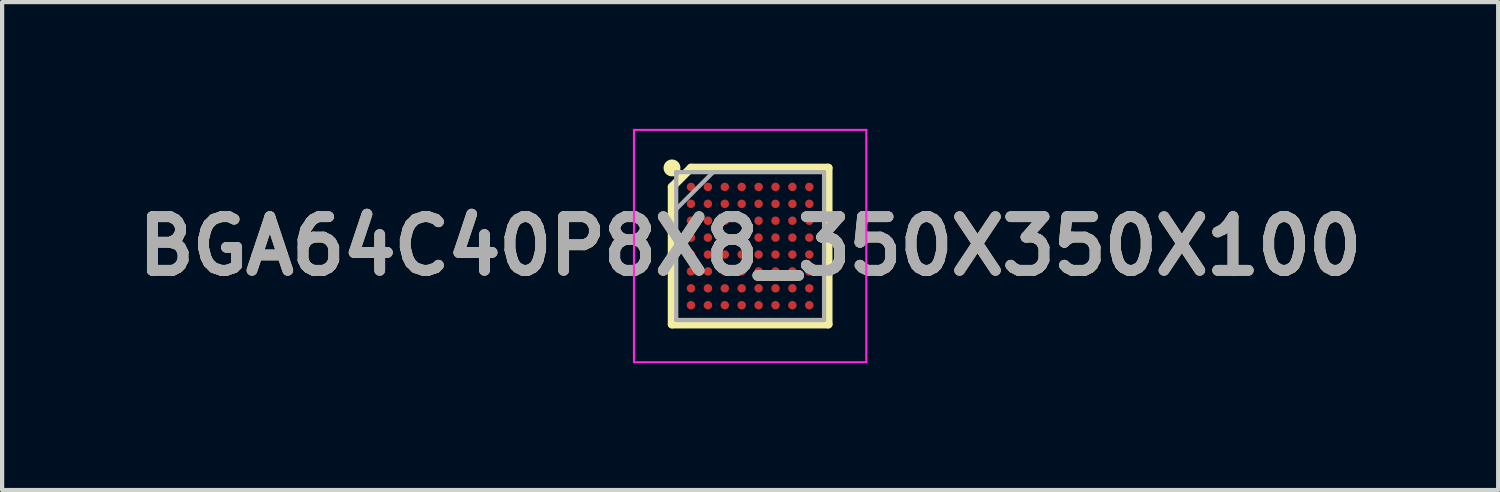
<source format=kicad_pcb>
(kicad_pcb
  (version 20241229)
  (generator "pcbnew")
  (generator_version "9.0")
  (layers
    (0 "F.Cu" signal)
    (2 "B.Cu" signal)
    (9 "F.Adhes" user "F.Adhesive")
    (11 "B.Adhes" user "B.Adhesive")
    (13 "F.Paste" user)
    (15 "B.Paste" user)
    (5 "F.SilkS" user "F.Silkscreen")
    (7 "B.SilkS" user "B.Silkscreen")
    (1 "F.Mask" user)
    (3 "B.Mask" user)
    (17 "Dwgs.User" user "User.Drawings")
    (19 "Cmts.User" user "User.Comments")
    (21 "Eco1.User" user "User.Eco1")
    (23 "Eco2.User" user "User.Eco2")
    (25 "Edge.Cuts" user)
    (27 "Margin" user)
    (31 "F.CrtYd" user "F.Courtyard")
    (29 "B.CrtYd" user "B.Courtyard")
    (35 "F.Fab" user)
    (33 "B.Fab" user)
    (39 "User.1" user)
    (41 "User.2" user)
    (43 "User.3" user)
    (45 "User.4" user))
  (footprint "BGA64C40P8X8_350X350X100"
    (layer "F.Cu")
    (at 14.708 2.775)
    (property "Reference" "BGA64C40P8X8_350X350X100" (at 0 0 0) (layer "F.SilkS") (effects (font (size 1.27 1.27) (thickness 0.254))))
    (attr smd)
    (fp_line (start -1.85 -1.4) (end -1.4 -1.85) (stroke (width 0.2) (type solid)) (layer "F.SilkS"))
    (fp_line (start -1.85 1.85) (end -1.85 -1.4) (stroke (width 0.2) (type solid)) (layer "F.SilkS"))
    (fp_line (start -1.4 -1.85) (end 1.85 -1.85) (stroke (width 0.2) (type solid)) (layer "F.SilkS"))
    (fp_line (start 1.85 -1.85) (end 1.85 1.85) (stroke (width 0.2) (type solid)) (layer "F.SilkS"))
    (fp_line (start 1.85 1.85) (end -1.85 1.85) (stroke (width 0.2) (type solid)) (layer "F.SilkS"))
    (fp_circle (center -1.85 -1.85) (end -1.85 -1.75) (stroke (width 0.2) (type solid)) (fill no) (layer "F.SilkS"))
    (fp_line (start -2.75 -2.75) (end 2.75 -2.75) (stroke (width 0.05) (type solid)) (layer "F.CrtYd"))
    (fp_line (start -2.75 2.75) (end -2.75 -2.75) (stroke (width 0.05) (type solid)) (layer "F.CrtYd"))
    (fp_line (start 2.75 -2.75) (end 2.75 2.75) (stroke (width 0.05) (type solid)) (layer "F.CrtYd"))
    (fp_line (start 2.75 2.75) (end -2.75 2.75) (stroke (width 0.05) (type solid)) (layer "F.CrtYd"))
    (fp_line (start -1.75 -1.75) (end 1.75 -1.75) (stroke (width 0.1) (type solid)) (layer "F.Fab"))
    (fp_line (start -1.75 -0.875) (end -0.875 -1.75) (stroke (width 0.1) (type solid)) (layer "F.Fab"))
    (fp_line (start -1.75 1.75) (end -1.75 -1.75) (stroke (width 0.1) (type solid)) (layer "F.Fab"))
    (fp_line (start 1.75 -1.75) (end 1.75 1.75) (stroke (width 0.1) (type solid)) (layer "F.Fab"))
    (fp_line (start 1.75 1.75) (end -1.75 1.75) (stroke (width 0.1) (type solid)) (layer "F.Fab"))
    (fp_text user "${REFERENCE}" (at 0 0 0) (layer "F.Fab") (effects (font (size 1.27 1.27) (thickness 0.254))))
    (pad "A1" smd circle (at -1.4 -1.4 90) (size 0.2 0.2) (layers "F.Cu" "F.Mask" "F.Paste"))
    (pad "A2" smd circle (at -1 -1.4 90) (size 0.2 0.2) (layers "F.Cu" "F.Mask" "F.Paste"))
    (pad "A3" smd circle (at -0.6 -1.4 90) (size 0.2 0.2) (layers "F.Cu" "F.Mask" "F.Paste"))
    (pad "A4" smd circle (at -0.2 -1.4 90) (size 0.2 0.2) (layers "F.Cu" "F.Mask" "F.Paste"))
    (pad "A5" smd circle (at 0.2 -1.4 90) (size 0.2 0.2) (layers "F.Cu" "F.Mask" "F.Paste"))
    (pad "A6" smd circle (at 0.6 -1.4 90) (size 0.2 0.2) (layers "F.Cu" "F.Mask" "F.Paste"))
    (pad "A7" smd circle (at 1 -1.4 90) (size 0.2 0.2) (layers "F.Cu" "F.Mask" "F.Paste"))
    (pad "A8" smd circle (at 1.4 -1.4 90) (size 0.2 0.2) (layers "F.Cu" "F.Mask" "F.Paste"))
    (pad "B1" smd circle (at -1.4 -1 90) (size 0.2 0.2) (layers "F.Cu" "F.Mask" "F.Paste"))
    (pad "B2" smd circle (at -1 -1 90) (size 0.2 0.2) (layers "F.Cu" "F.Mask" "F.Paste"))
    (pad "B3" smd circle (at -0.6 -1 90) (size 0.2 0.2) (layers "F.Cu" "F.Mask" "F.Paste"))
    (pad "B4" smd circle (at -0.2 -1 90) (size 0.2 0.2) (layers "F.Cu" "F.Mask" "F.Paste"))
    (pad "B5" smd circle (at 0.2 -1 90) (size 0.2 0.2) (layers "F.Cu" "F.Mask" "F.Paste"))
    (pad "B6" smd circle (at 0.6 -1 90) (size 0.2 0.2) (layers "F.Cu" "F.Mask" "F.Paste"))
    (pad "B7" smd circle (at 1 -1 90) (size 0.2 0.2) (layers "F.Cu" "F.Mask" "F.Paste"))
    (pad "B8" smd circle (at 1.4 -1 90) (size 0.2 0.2) (layers "F.Cu" "F.Mask" "F.Paste"))
    (pad "C1" smd circle (at -1.4 -0.6 90) (size 0.2 0.2) (layers "F.Cu" "F.Mask" "F.Paste"))
    (pad "C2" smd circle (at -1 -0.6 90) (size 0.2 0.2) (layers "F.Cu" "F.Mask" "F.Paste"))
    (pad "C3" smd circle (at -0.6 -0.6 90) (size 0.2 0.2) (layers "F.Cu" "F.Mask" "F.Paste"))
    (pad "C4" smd circle (at -0.2 -0.6 90) (size 0.2 0.2) (layers "F.Cu" "F.Mask" "F.Paste"))
    (pad "C5" smd circle (at 0.2 -0.6 90) (size 0.2 0.2) (layers "F.Cu" "F.Mask" "F.Paste"))
    (pad "C6" smd circle (at 0.6 -0.6 90) (size 0.2 0.2) (layers "F.Cu" "F.Mask" "F.Paste"))
    (pad "C7" smd circle (at 1 -0.6 90) (size 0.2 0.2) (layers "F.Cu" "F.Mask" "F.Paste"))
    (pad "C8" smd circle (at 1.4 -0.6 90) (size 0.2 0.2) (layers "F.Cu" "F.Mask" "F.Paste"))
    (pad "D1" smd circle (at -1.4 -0.2 90) (size 0.2 0.2) (layers "F.Cu" "F.Mask" "F.Paste"))
    (pad "D2" smd circle (at -1 -0.2 90) (size 0.2 0.2) (layers "F.Cu" "F.Mask" "F.Paste"))
    (pad "D3" smd circle (at -0.6 -0.2 90) (size 0.2 0.2) (layers "F.Cu" "F.Mask" "F.Paste"))
    (pad "D4" smd circle (at -0.2 -0.2 90) (size 0.2 0.2) (layers "F.Cu" "F.Mask" "F.Paste"))
    (pad "D5" smd circle (at 0.2 -0.2 90) (size 0.2 0.2) (layers "F.Cu" "F.Mask" "F.Paste"))
    (pad "D6" smd circle (at 0.6 -0.2 90) (size 0.2 0.2) (layers "F.Cu" "F.Mask" "F.Paste"))
    (pad "D7" smd circle (at 1 -0.2 90) (size 0.2 0.2) (layers "F.Cu" "F.Mask" "F.Paste"))
    (pad "D8" smd circle (at 1.4 -0.2 90) (size 0.2 0.2) (layers "F.Cu" "F.Mask" "F.Paste"))
    (pad "E1" smd circle (at -1.4 0.2 90) (size 0.2 0.2) (layers "F.Cu" "F.Mask" "F.Paste"))
    (pad "E2" smd circle (at -1 0.2 90) (size 0.2 0.2) (layers "F.Cu" "F.Mask" "F.Paste"))
    (pad "E3" smd circle (at -0.6 0.2 90) (size 0.2 0.2) (layers "F.Cu" "F.Mask" "F.Paste"))
    (pad "E4" smd circle (at -0.2 0.2 90) (size 0.2 0.2) (layers "F.Cu" "F.Mask" "F.Paste"))
    (pad "E5" smd circle (at 0.2 0.2 90) (size 0.2 0.2) (layers "F.Cu" "F.Mask" "F.Paste"))
    (pad "E6" smd circle (at 0.6 0.2 90) (size 0.2 0.2) (layers "F.Cu" "F.Mask" "F.Paste"))
    (pad "E7" smd circle (at 1 0.2 90) (size 0.2 0.2) (layers "F.Cu" "F.Mask" "F.Paste"))
    (pad "E8" smd circle (at 1.4 0.2 90) (size 0.2 0.2) (layers "F.Cu" "F.Mask" "F.Paste"))
    (pad "F1" smd circle (at -1.4 0.6 90) (size 0.2 0.2) (layers "F.Cu" "F.Mask" "F.Paste"))
    (pad "F2" smd circle (at -1 0.6 90) (size 0.2 0.2) (layers "F.Cu" "F.Mask" "F.Paste"))
    (pad "F3" smd circle (at -0.6 0.6 90) (size 0.2 0.2) (layers "F.Cu" "F.Mask" "F.Paste"))
    (pad "F4" smd circle (at -0.2 0.6 90) (size 0.2 0.2) (layers "F.Cu" "F.Mask" "F.Paste"))
    (pad "F5" smd circle (at 0.2 0.6 90) (size 0.2 0.2) (layers "F.Cu" "F.Mask" "F.Paste"))
    (pad "F6" smd circle (at 0.6 0.6 90) (size 0.2 0.2) (layers "F.Cu" "F.Mask" "F.Paste"))
    (pad "F7" smd circle (at 1 0.6 90) (size 0.2 0.2) (layers "F.Cu" "F.Mask" "F.Paste"))
    (pad "F8" smd circle (at 1.4 0.6 90) (size 0.2 0.2) (layers "F.Cu" "F.Mask" "F.Paste"))
    (pad "G1" smd circle (at -1.4 1 90) (size 0.2 0.2) (layers "F.Cu" "F.Mask" "F.Paste"))
    (pad "G2" smd circle (at -1 1 90) (size 0.2 0.2) (layers "F.Cu" "F.Mask" "F.Paste"))
    (pad "G3" smd circle (at -0.6 1 90) (size 0.2 0.2) (layers "F.Cu" "F.Mask" "F.Paste"))
    (pad "G4" smd circle (at -0.2 1 90) (size 0.2 0.2) (layers "F.Cu" "F.Mask" "F.Paste"))
    (pad "G5" smd circle (at 0.2 1 90) (size 0.2 0.2) (layers "F.Cu" "F.Mask" "F.Paste"))
    (pad "G6" smd circle (at 0.6 1 90) (size 0.2 0.2) (layers "F.Cu" "F.Mask" "F.Paste"))
    (pad "G7" smd circle (at 1 1 90) (size 0.2 0.2) (layers "F.Cu" "F.Mask" "F.Paste"))
    (pad "G8" smd circle (at 1.4 1 90) (size 0.2 0.2) (layers "F.Cu" "F.Mask" "F.Paste"))
    (pad "H1" smd circle (at -1.4 1.4 90) (size 0.2 0.2) (layers "F.Cu" "F.Mask" "F.Paste"))
    (pad "H2" smd circle (at -1 1.4 90) (size 0.2 0.2) (layers "F.Cu" "F.Mask" "F.Paste"))
    (pad "H3" smd circle (at -0.6 1.4 90) (size 0.2 0.2) (layers "F.Cu" "F.Mask" "F.Paste"))
    (pad "H4" smd circle (at -0.2 1.4 90) (size 0.2 0.2) (layers "F.Cu" "F.Mask" "F.Paste"))
    (pad "H5" smd circle (at 0.2 1.4 90) (size 0.2 0.2) (layers "F.Cu" "F.Mask" "F.Paste"))
    (pad "H6" smd circle (at 0.6 1.4 90) (size 0.2 0.2) (layers "F.Cu" "F.Mask" "F.Paste"))
    (pad "H7" smd circle (at 1 1.4 90) (size 0.2 0.2) (layers "F.Cu" "F.Mask" "F.Paste"))
    (pad "H8" smd circle (at 1.4 1.4 90) (size 0.2 0.2) (layers "F.Cu" "F.Mask" "F.Paste")))
  (gr_rect
    (start -3 -3)
    (end 32.416 8.55)
    (stroke (width 0.1) (type default))
    (fill no)
    (layer "Edge.Cuts")))
</source>
